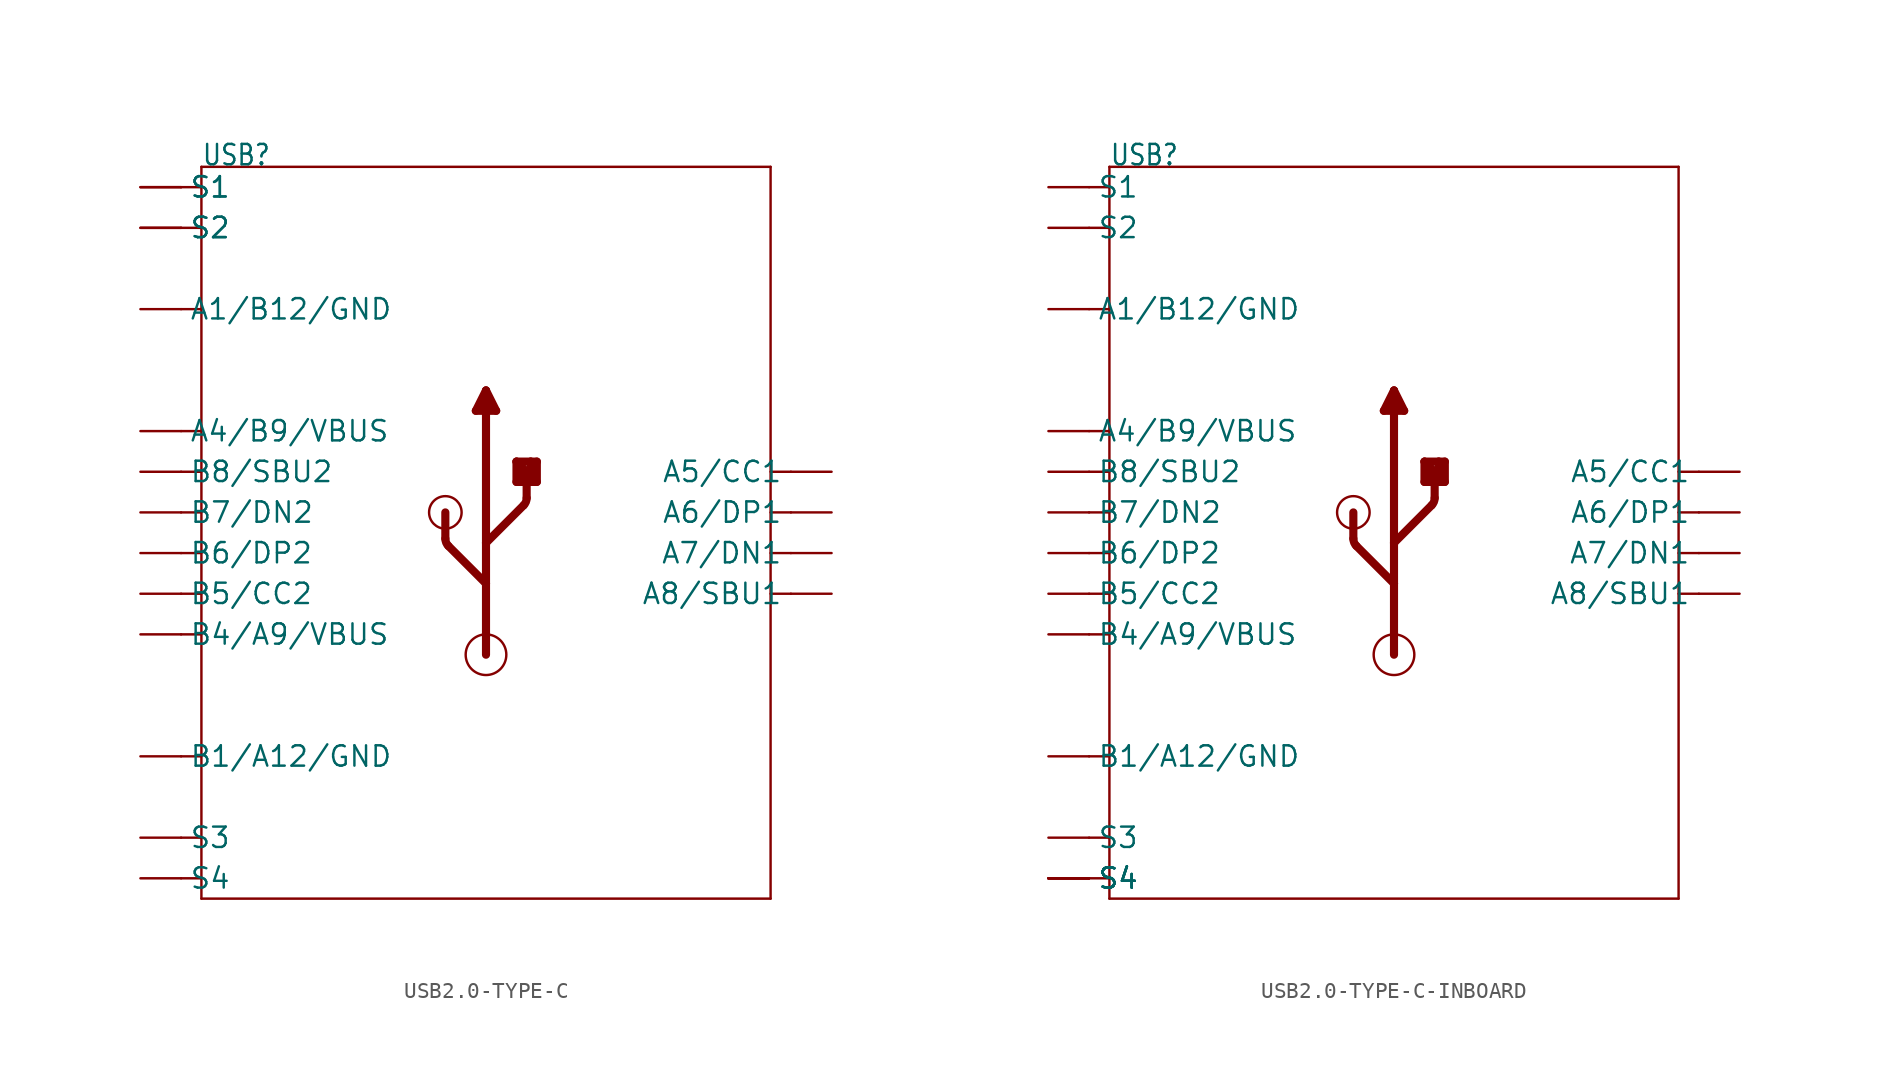
<source format=kicad_sym>
(kicad_symbol_lib
  (version 20231120)
  (generator "kicad_symbol_editor")
  (generator_version "8.0")
  (symbol "USB2.0-TYPE-C"
    (property "Reference" "USB"
      (at -17.78 22.86 0)
      (effects (font (size 1.27 1.079)) (justify left bottom)))
    (property "Value" ""
      (at -7.62 22.86 0)
      (effects (font (size 1.27 1.079)) (justify left bottom)))
    (property "ki_locked" ""
      (at 0 0 0)
      (effects (font (size 1.27 1.27))))
    (symbol "USB2.0-TYPE-C_1_0"
      (arc (start -2.5401 -0.3719) (mid -2.4917 -0.6149) (end -2.354 -0.8209) (stroke (width 0.508) (type solid)) (fill (type none)))
      (circle (center -2.54 1.27) (radius 1.016) (stroke (width 0) (type solid)) (fill (type none)))
      (circle (center 0 -7.62) (radius 1.27) (stroke (width 0) (type solid)) (fill (type none)))
      (polyline (pts (xy -19.05 -21.59) (xy -17.78 -21.59)) (stroke (width 0.152) (type solid)) (fill (type none)))
      (polyline (pts (xy -19.05 -19.05) (xy -17.78 -19.05)) (stroke (width 0.152) (type solid)) (fill (type none)))
      (polyline (pts (xy -19.05 -13.97) (xy -17.78 -13.97)) (stroke (width 0.152) (type solid)) (fill (type none)))
      (polyline (pts (xy -19.05 -6.35) (xy -17.78 -6.35)) (stroke (width 0.152) (type solid)) (fill (type none)))
      (polyline (pts (xy -19.05 -3.81) (xy -17.78 -3.81)) (stroke (width 0.152) (type solid)) (fill (type none)))
      (polyline (pts (xy -19.05 -1.27) (xy -17.78 -1.27)) (stroke (width 0.152) (type solid)) (fill (type none)))
      (polyline (pts (xy -19.05 1.27) (xy -17.78 1.27)) (stroke (width 0.152) (type solid)) (fill (type none)))
      (polyline (pts (xy -19.05 3.81) (xy -17.78 3.81)) (stroke (width 0.152) (type solid)) (fill (type none)))
      (polyline (pts (xy -19.05 6.35) (xy -17.78 6.35)) (stroke (width 0.152) (type solid)) (fill (type none)))
      (polyline (pts (xy -19.05 13.97) (xy -17.78 13.97)) (stroke (width 0.152) (type solid)) (fill (type none)))
      (polyline (pts (xy -19.05 19.05) (xy -17.78 19.05)) (stroke (width 0.152) (type solid)) (fill (type none)))
      (polyline (pts (xy -19.05 21.59) (xy -17.78 21.59)) (stroke (width 0.152) (type solid)) (fill (type none)))
      (polyline (pts (xy -17.78 -22.86) (xy -17.78 -21.59)) (stroke (width 0.152) (type solid)) (fill (type none)))
      (polyline (pts (xy -17.78 -21.59) (xy -17.78 -19.05)) (stroke (width 0.152) (type solid)) (fill (type none)))
      (polyline (pts (xy -17.78 -19.05) (xy -17.78 6.35)) (stroke (width 0.152) (type solid)) (fill (type none)))
      (polyline (pts (xy -17.78 6.35) (xy -17.78 13.97)) (stroke (width 0.152) (type solid)) (fill (type none)))
      (polyline (pts (xy -17.78 13.97) (xy -17.78 19.05)) (stroke (width 0.152) (type solid)) (fill (type none)))
      (polyline (pts (xy -17.78 19.05) (xy -17.78 21.59)) (stroke (width 0.152) (type solid)) (fill (type none)))
      (polyline (pts (xy -17.78 21.59) (xy -17.78 22.86)) (stroke (width 0.152) (type solid)) (fill (type none)))
      (polyline (pts (xy -17.78 22.86) (xy 17.78 22.86)) (stroke (width 0.152) (type solid)) (fill (type none)))
      (polyline (pts (xy -2.54 -0.372) (xy -2.54 1.27)) (stroke (width 0.508) (type solid)) (fill (type none)))
      (polyline (pts (xy -0.635 7.62) (xy 0.635 7.62)) (stroke (width 0.508) (type solid)) (fill (type none)))
      (polyline (pts (xy 0 -7.62) (xy 0 -3.175)) (stroke (width 0.508) (type solid)) (fill (type none)))
      (polyline (pts (xy 0 -3.175) (xy -2.354 -0.821)) (stroke (width 0.508) (type solid)) (fill (type none)))
      (polyline (pts (xy 0 -3.175) (xy 0 -0.635)) (stroke (width 0.508) (type solid)) (fill (type none)))
      (polyline (pts (xy 0 -0.635) (xy 0 8.89)) (stroke (width 0.508) (type solid)) (fill (type none)))
      (polyline (pts (xy 0 -0.635) (xy 2.354 1.719)) (stroke (width 0.508) (type solid)) (fill (type none)))
      (polyline (pts (xy 0 8.89) (xy -0.635 7.62)) (stroke (width 0.508) (type solid)) (fill (type none)))
      (polyline (pts (xy 0.635 7.62) (xy 0 8.89)) (stroke (width 0.508) (type solid)) (fill (type none)))
      (polyline (pts (xy 1.905 3.175) (xy 1.905 4.445)) (stroke (width 0.508) (type solid)) (fill (type none)))
      (polyline (pts (xy 1.905 4.445) (xy 2.794 4.445)) (stroke (width 0.508) (type solid)) (fill (type none)))
      (polyline (pts (xy 2.159 3.302) (xy 2.159 3.81)) (stroke (width 0.508) (type solid)) (fill (type none)))
      (polyline (pts (xy 2.54 2.168) (xy 2.54 3.81)) (stroke (width 0.508) (type solid)) (fill (type none)))
      (polyline (pts (xy 2.54 3.81) (xy 1.905 4.445)) (stroke (width 0.508) (type solid)) (fill (type none)))
      (polyline (pts (xy 2.794 3.302) (xy 2.159 3.302)) (stroke (width 0.508) (type solid)) (fill (type none)))
      (polyline (pts (xy 2.794 4.445) (xy 2.794 3.302)) (stroke (width 0.508) (type solid)) (fill (type none)))
      (polyline (pts (xy 2.794 4.445) (xy 3.175 4.445)) (stroke (width 0.508) (type solid)) (fill (type none)))
      (polyline (pts (xy 3.175 3.175) (xy 1.905 3.175)) (stroke (width 0.508) (type solid)) (fill (type none)))
      (polyline (pts (xy 3.175 4.445) (xy 3.175 3.175)) (stroke (width 0.508) (type solid)) (fill (type none)))
      (polyline (pts (xy 17.78 -22.86) (xy -17.78 -22.86)) (stroke (width 0.152) (type solid)) (fill (type none)))
      (polyline (pts (xy 17.78 22.86) (xy 17.78 -22.86)) (stroke (width 0.152) (type solid)) (fill (type none)))
      (polyline (pts (xy 19.05 -3.81) (xy 17.78 -3.81)) (stroke (width 0.152) (type solid)) (fill (type none)))
      (polyline (pts (xy 19.05 -1.27) (xy 17.78 -1.27)) (stroke (width 0.152) (type solid)) (fill (type none)))
      (polyline (pts (xy 19.05 1.27) (xy 17.78 1.27)) (stroke (width 0.152) (type solid)) (fill (type none)))
      (polyline (pts (xy 19.05 3.81) (xy 17.78 3.81)) (stroke (width 0.152) (type solid)) (fill (type none)))
      (arc (start 2.354 1.719) (mid 2.4916 1.925) (end 2.54 2.168) (stroke (width 0.508) (type solid)) (fill (type none)))
      (pin bidirectional line (at -21.59 13.97 0) (length 2.54) (name "A1/B12/GND" (effects (font (size 1.27 1.27)))) (number "A1_B12" (effects (font (size 0 0)))))
      (pin bidirectional line (at -21.59 6.35 0) (length 2.54) (name "A4/B9/VBUS" (effects (font (size 1.27 1.27)))) (number "A4_B9" (effects (font (size 0 0)))))
      (pin bidirectional line (at 21.59 3.81 180) (length 2.54) (name "A5/CC1" (effects (font (size 1.27 1.27)))) (number "A5" (effects (font (size 0 0)))))
      (pin bidirectional line (at 21.59 1.27 180) (length 2.54) (name "A6/DP1" (effects (font (size 1.27 1.27)))) (number "A6" (effects (font (size 0 0)))))
      (pin bidirectional line (at 21.59 -1.27 180) (length 2.54) (name "A7/DN1" (effects (font (size 1.27 1.27)))) (number "A7" (effects (font (size 0 0)))))
      (pin bidirectional line (at 21.59 -3.81 180) (length 2.54) (name "A8/SBU1" (effects (font (size 1.27 1.27)))) (number "A8" (effects (font (size 0 0)))))
      (pin bidirectional line (at -21.59 -13.97 0) (length 2.54) (name "B1/A12/GND" (effects (font (size 1.27 1.27)))) (number "B1_A12" (effects (font (size 0 0)))))
      (pin bidirectional line (at -21.59 -6.35 0) (length 2.54) (name "B4/A9/VBUS" (effects (font (size 1.27 1.27)))) (number "B4_A9" (effects (font (size 0 0)))))
      (pin bidirectional line (at -21.59 -3.81 0) (length 2.54) (name "B5/CC2" (effects (font (size 1.27 1.27)))) (number "B5" (effects (font (size 0 0)))))
      (pin bidirectional line (at -21.59 -1.27 0) (length 2.54) (name "B6/DP2" (effects (font (size 1.27 1.27)))) (number "B6" (effects (font (size 0 0)))))
      (pin bidirectional line (at -21.59 1.27 0) (length 2.54) (name "B7/DN2" (effects (font (size 1.27 1.27)))) (number "B7" (effects (font (size 0 0)))))
      (pin bidirectional line (at -21.59 3.81 0) (length 2.54) (name "B8/SBU2" (effects (font (size 1.27 1.27)))) (number "B8" (effects (font (size 0 0)))))
      (pin bidirectional line (at -21.59 21.59 0) (length 2.54) (name "S1" (effects (font (size 1.27 1.27)))) (number "S1" (effects (font (size 0 0)))))
      (pin bidirectional line (at -21.59 19.05 0) (length 2.54) (name "S2" (effects (font (size 1.27 1.27)))) (number "S2" (effects (font (size 0 0)))))
      (pin bidirectional line (at -21.59 -19.05 0) (length 2.54) (name "S3" (effects (font (size 1.27 1.27)))) (number "S3" (effects (font (size 0 0)))))
      (pin bidirectional line (at -21.59 -21.59 0) (length 2.54) (name "S4" (effects (font (size 1.27 1.27)))) (number "S4" (effects (font (size 0 0)))))
      (pin bidirectional line (at -21.59 21.59 0) (length 2.54) (name "S1" (effects (font (size 1.27 1.27)))) (number "S5" (effects (font (size 0 0)))))
      (pin bidirectional line (at -21.59 19.05 0) (length 2.54) (name "S2" (effects (font (size 1.27 1.27)))) (number "S6" (effects (font (size 0 0)))))))
  (symbol "USB2.0-TYPE-C-INBOARD"
    (property "Reference" "USB"
      (at -17.78 22.86 0)
      (effects (font (size 1.27 1.079)) (justify left bottom)))
    (property "Value" ""
      (at -7.62 22.86 0)
      (effects (font (size 1.27 1.079)) (justify left bottom)))
    (property "ki_locked" ""
      (at 0 0 0)
      (effects (font (size 1.27 1.27))))
    (symbol "USB2.0-TYPE-C-INBOARD_1_0"
      (arc (start -2.5401 -0.3719) (mid -2.4917 -0.6149) (end -2.354 -0.8209) (stroke (width 0.508) (type solid)) (fill (type none)))
      (circle (center -2.54 1.27) (radius 1.016) (stroke (width 0) (type solid)) (fill (type none)))
      (circle (center 0 -7.62) (radius 1.27) (stroke (width 0) (type solid)) (fill (type none)))
      (polyline (pts (xy -19.05 -21.59) (xy -17.78 -21.59)) (stroke (width 0.152) (type solid)) (fill (type none)))
      (polyline (pts (xy -19.05 -19.05) (xy -17.78 -19.05)) (stroke (width 0.152) (type solid)) (fill (type none)))
      (polyline (pts (xy -19.05 -13.97) (xy -17.78 -13.97)) (stroke (width 0.152) (type solid)) (fill (type none)))
      (polyline (pts (xy -19.05 -6.35) (xy -17.78 -6.35)) (stroke (width 0.152) (type solid)) (fill (type none)))
      (polyline (pts (xy -19.05 -3.81) (xy -17.78 -3.81)) (stroke (width 0.152) (type solid)) (fill (type none)))
      (polyline (pts (xy -19.05 -1.27) (xy -17.78 -1.27)) (stroke (width 0.152) (type solid)) (fill (type none)))
      (polyline (pts (xy -19.05 1.27) (xy -17.78 1.27)) (stroke (width 0.152) (type solid)) (fill (type none)))
      (polyline (pts (xy -19.05 3.81) (xy -17.78 3.81)) (stroke (width 0.152) (type solid)) (fill (type none)))
      (polyline (pts (xy -19.05 6.35) (xy -17.78 6.35)) (stroke (width 0.152) (type solid)) (fill (type none)))
      (polyline (pts (xy -19.05 13.97) (xy -17.78 13.97)) (stroke (width 0.152) (type solid)) (fill (type none)))
      (polyline (pts (xy -19.05 19.05) (xy -17.78 19.05)) (stroke (width 0.152) (type solid)) (fill (type none)))
      (polyline (pts (xy -19.05 21.59) (xy -17.78 21.59)) (stroke (width 0.152) (type solid)) (fill (type none)))
      (polyline (pts (xy -17.78 -22.86) (xy -17.78 -21.59)) (stroke (width 0.152) (type solid)) (fill (type none)))
      (polyline (pts (xy -17.78 -21.59) (xy -17.78 -19.05)) (stroke (width 0.152) (type solid)) (fill (type none)))
      (polyline (pts (xy -17.78 -19.05) (xy -17.78 6.35)) (stroke (width 0.152) (type solid)) (fill (type none)))
      (polyline (pts (xy -17.78 6.35) (xy -17.78 13.97)) (stroke (width 0.152) (type solid)) (fill (type none)))
      (polyline (pts (xy -17.78 13.97) (xy -17.78 19.05)) (stroke (width 0.152) (type solid)) (fill (type none)))
      (polyline (pts (xy -17.78 19.05) (xy -17.78 21.59)) (stroke (width 0.152) (type solid)) (fill (type none)))
      (polyline (pts (xy -17.78 21.59) (xy -17.78 22.86)) (stroke (width 0.152) (type solid)) (fill (type none)))
      (polyline (pts (xy -17.78 22.86) (xy 17.78 22.86)) (stroke (width 0.152) (type solid)) (fill (type none)))
      (polyline (pts (xy -2.54 -0.372) (xy -2.54 1.27)) (stroke (width 0.508) (type solid)) (fill (type none)))
      (polyline (pts (xy -0.635 7.62) (xy 0.635 7.62)) (stroke (width 0.508) (type solid)) (fill (type none)))
      (polyline (pts (xy 0 -7.62) (xy 0 -3.175)) (stroke (width 0.508) (type solid)) (fill (type none)))
      (polyline (pts (xy 0 -3.175) (xy -2.354 -0.821)) (stroke (width 0.508) (type solid)) (fill (type none)))
      (polyline (pts (xy 0 -3.175) (xy 0 -0.635)) (stroke (width 0.508) (type solid)) (fill (type none)))
      (polyline (pts (xy 0 -0.635) (xy 0 8.89)) (stroke (width 0.508) (type solid)) (fill (type none)))
      (polyline (pts (xy 0 -0.635) (xy 2.354 1.719)) (stroke (width 0.508) (type solid)) (fill (type none)))
      (polyline (pts (xy 0 8.89) (xy -0.635 7.62)) (stroke (width 0.508) (type solid)) (fill (type none)))
      (polyline (pts (xy 0.635 7.62) (xy 0 8.89)) (stroke (width 0.508) (type solid)) (fill (type none)))
      (polyline (pts (xy 1.905 3.175) (xy 1.905 4.445)) (stroke (width 0.508) (type solid)) (fill (type none)))
      (polyline (pts (xy 1.905 4.445) (xy 2.794 4.445)) (stroke (width 0.508) (type solid)) (fill (type none)))
      (polyline (pts (xy 2.159 3.302) (xy 2.159 3.81)) (stroke (width 0.508) (type solid)) (fill (type none)))
      (polyline (pts (xy 2.54 2.168) (xy 2.54 3.81)) (stroke (width 0.508) (type solid)) (fill (type none)))
      (polyline (pts (xy 2.54 3.81) (xy 1.905 4.445)) (stroke (width 0.508) (type solid)) (fill (type none)))
      (polyline (pts (xy 2.794 3.302) (xy 2.159 3.302)) (stroke (width 0.508) (type solid)) (fill (type none)))
      (polyline (pts (xy 2.794 4.445) (xy 2.794 3.302)) (stroke (width 0.508) (type solid)) (fill (type none)))
      (polyline (pts (xy 2.794 4.445) (xy 3.175 4.445)) (stroke (width 0.508) (type solid)) (fill (type none)))
      (polyline (pts (xy 3.175 3.175) (xy 1.905 3.175)) (stroke (width 0.508) (type solid)) (fill (type none)))
      (polyline (pts (xy 3.175 4.445) (xy 3.175 3.175)) (stroke (width 0.508) (type solid)) (fill (type none)))
      (polyline (pts (xy 17.78 -22.86) (xy -17.78 -22.86)) (stroke (width 0.152) (type solid)) (fill (type none)))
      (polyline (pts (xy 17.78 22.86) (xy 17.78 -22.86)) (stroke (width 0.152) (type solid)) (fill (type none)))
      (polyline (pts (xy 19.05 -3.81) (xy 17.78 -3.81)) (stroke (width 0.152) (type solid)) (fill (type none)))
      (polyline (pts (xy 19.05 -1.27) (xy 17.78 -1.27)) (stroke (width 0.152) (type solid)) (fill (type none)))
      (polyline (pts (xy 19.05 1.27) (xy 17.78 1.27)) (stroke (width 0.152) (type solid)) (fill (type none)))
      (polyline (pts (xy 19.05 3.81) (xy 17.78 3.81)) (stroke (width 0.152) (type solid)) (fill (type none)))
      (arc (start 2.354 1.719) (mid 2.4916 1.925) (end 2.54 2.168) (stroke (width 0.508) (type solid)) (fill (type none)))
      (pin bidirectional line (at -21.59 13.97 0) (length 2.54) (name "A1/B12/GND" (effects (font (size 1.27 1.27)))) (number "A1_B12" (effects (font (size 0 0)))))
      (pin bidirectional line (at -21.59 6.35 0) (length 2.54) (name "A4/B9/VBUS" (effects (font (size 1.27 1.27)))) (number "A4_B9" (effects (font (size 0 0)))))
      (pin bidirectional line (at 21.59 3.81 180) (length 2.54) (name "A5/CC1" (effects (font (size 1.27 1.27)))) (number "A5" (effects (font (size 0 0)))))
      (pin bidirectional line (at 21.59 1.27 180) (length 2.54) (name "A6/DP1" (effects (font (size 1.27 1.27)))) (number "A6" (effects (font (size 0 0)))))
      (pin bidirectional line (at 21.59 -1.27 180) (length 2.54) (name "A7/DN1" (effects (font (size 1.27 1.27)))) (number "A7" (effects (font (size 0 0)))))
      (pin bidirectional line (at 21.59 -3.81 180) (length 2.54) (name "A8/SBU1" (effects (font (size 1.27 1.27)))) (number "A8" (effects (font (size 0 0)))))
      (pin bidirectional line (at -21.59 -13.97 0) (length 2.54) (name "B1/A12/GND" (effects (font (size 1.27 1.27)))) (number "B1_A12" (effects (font (size 0 0)))))
      (pin bidirectional line (at -21.59 -6.35 0) (length 2.54) (name "B4/A9/VBUS" (effects (font (size 1.27 1.27)))) (number "B4_A9" (effects (font (size 0 0)))))
      (pin bidirectional line (at -21.59 -3.81 0) (length 2.54) (name "B5/CC2" (effects (font (size 1.27 1.27)))) (number "B5" (effects (font (size 0 0)))))
      (pin bidirectional line (at -21.59 -1.27 0) (length 2.54) (name "B6/DP2" (effects (font (size 1.27 1.27)))) (number "B6" (effects (font (size 0 0)))))
      (pin bidirectional line (at -21.59 1.27 0) (length 2.54) (name "B7/DN2" (effects (font (size 1.27 1.27)))) (number "B7" (effects (font (size 0 0)))))
      (pin bidirectional line (at -21.59 3.81 0) (length 2.54) (name "B8/SBU2" (effects (font (size 1.27 1.27)))) (number "B8" (effects (font (size 0 0)))))
      (pin bidirectional line (at -21.59 21.59 0) (length 2.54) (name "S1" (effects (font (size 1.27 1.27)))) (number "S1" (effects (font (size 0 0)))))
      (pin bidirectional line (at -21.59 19.05 0) (length 2.54) (name "S2" (effects (font (size 1.27 1.27)))) (number "S2" (effects (font (size 0 0)))))
      (pin bidirectional line (at -21.59 -19.05 0) (length 2.54) (name "S3" (effects (font (size 1.27 1.27)))) (number "S3" (effects (font (size 0 0)))))
      (pin bidirectional line (at -21.59 -21.59 0) (length 2.54) (name "S4" (effects (font (size 1.27 1.27)))) (number "S4" (effects (font (size 0 0)))))
      (pin bidirectional line (at -21.59 -21.59 0) (length 2.54) (name "S4" (effects (font (size 1.27 1.27)))) (number "SS1" (effects (font (size 0 0)))))
      (pin bidirectional line (at -21.59 -21.59 0) (length 2.54) (name "S4" (effects (font (size 1.27 1.27)))) (number "SS2" (effects (font (size 0 0)))))
      (pin bidirectional line (at -21.59 -21.59 0) (length 2.54) (name "S4" (effects (font (size 1.27 1.27)))) (number "SS3" (effects (font (size 0 0)))))
      (pin bidirectional line (at -21.59 -21.59 0) (length 2.54) (name "S4" (effects (font (size 1.27 1.27)))) (number "SS4" (effects (font (size 0 0))))))))
</source>
